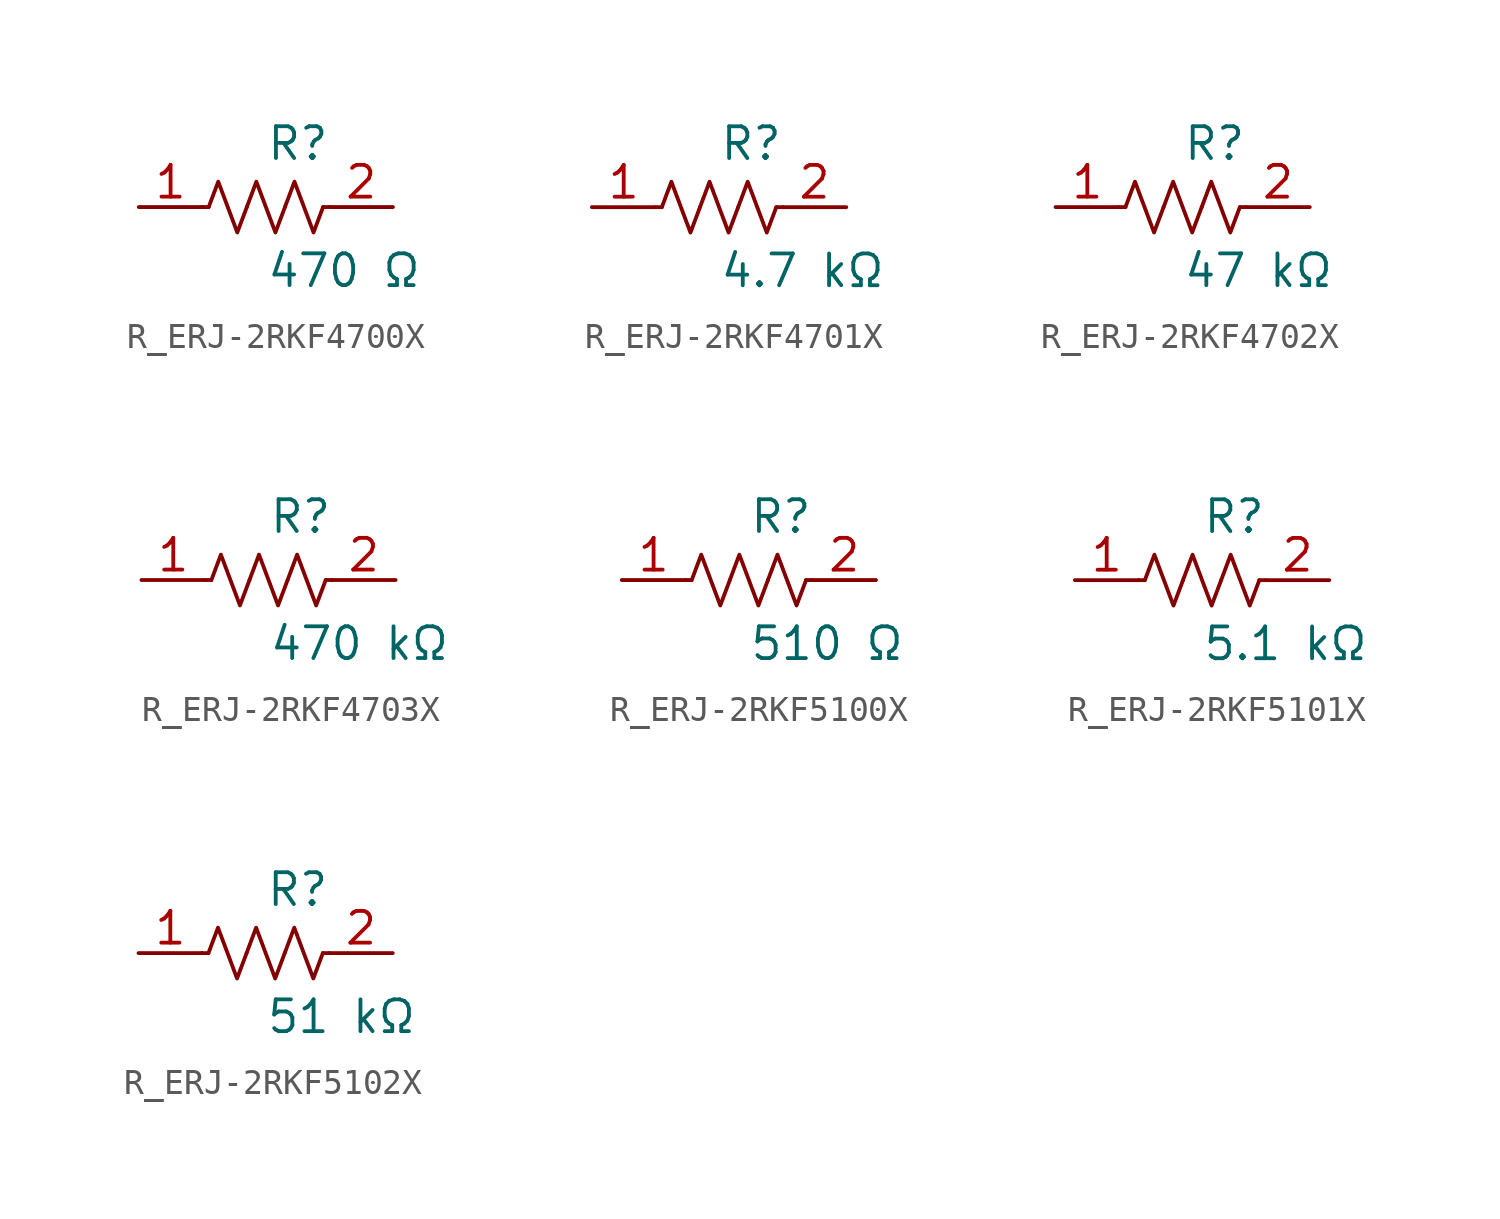
<source format=kicad_sym>
(kicad_symbol_lib
  (version 20231120)
  (generator kicad_symbol_editor)
  (generator_version 8.0)
  (symbol "R_ERJ-2RKF4700X"
    (pin_names
      (offset 0.254))
    (property "Reference" "R"
      (at 0.0 2.54 0)
      (effects (font (size 1.27 1.27)) (justify left)))
    (property "Value" "470 Ω"
      (at 0.0 -2.54 0)
      (effects (font (size 1.27 1.27)) (justify left)))
    (symbol "R_ERJ-2RKF4700X_0_1"
      (polyline (pts (xy 2.286 0) (xy 2.54 0)) (stroke (width 0) (type default)) (fill (type none)))
      (polyline (pts (xy -2.286 0) (xy -2.54 0)) (stroke (width 0) (type default)) (fill (type none)))
      (polyline (pts (xy 0.762 0) (xy 1.143 1.016) (xy 1.524 0) (xy 1.905 -1.016) (xy 2.286 0)) (stroke (width 0) (type default)) (fill (type none)))
      (polyline (pts (xy -0.762 0) (xy -0.381 1.016) (xy 0 0) (xy 0.381 -1.016) (xy 0.762 0)) (stroke (width 0) (type default)) (fill (type none)))
      (polyline (pts (xy -2.286 0) (xy -1.905 1.016) (xy -1.524 0) (xy -1.143 -1.016) (xy -0.762 0)) (stroke (width 0) (type default)) (fill (type none))))
    (pin unspecified line
      (at -5.08 0 0)
      (length 2.54)
      (name "" (effects (font (size 1.27 1.27))))
      (number "1" (effects (font (size 1.27 1.27)))))
    (pin unspecified line
      (at 5.08 0 180)
      (length 2.54)
      (name "" (effects (font (size 1.27 1.27))))
      (number "2" (effects (font (size 1.27 1.27))))))
  (symbol "R_ERJ-2RKF4701X"
    (pin_names
      (offset 0.254))
    (property "Reference" "R"
      (at 0.0 2.54 0)
      (effects (font (size 1.27 1.27)) (justify left)))
    (property "Value" "4.7 kΩ"
      (at 0.0 -2.54 0)
      (effects (font (size 1.27 1.27)) (justify left)))
    (symbol "R_ERJ-2RKF4701X_0_1"
      (polyline (pts (xy 2.286 0) (xy 2.54 0)) (stroke (width 0) (type default)) (fill (type none)))
      (polyline (pts (xy -2.286 0) (xy -2.54 0)) (stroke (width 0) (type default)) (fill (type none)))
      (polyline (pts (xy 0.762 0) (xy 1.143 1.016) (xy 1.524 0) (xy 1.905 -1.016) (xy 2.286 0)) (stroke (width 0) (type default)) (fill (type none)))
      (polyline (pts (xy -0.762 0) (xy -0.381 1.016) (xy 0 0) (xy 0.381 -1.016) (xy 0.762 0)) (stroke (width 0) (type default)) (fill (type none)))
      (polyline (pts (xy -2.286 0) (xy -1.905 1.016) (xy -1.524 0) (xy -1.143 -1.016) (xy -0.762 0)) (stroke (width 0) (type default)) (fill (type none))))
    (pin unspecified line
      (at -5.08 0 0)
      (length 2.54)
      (name "" (effects (font (size 1.27 1.27))))
      (number "1" (effects (font (size 1.27 1.27)))))
    (pin unspecified line
      (at 5.08 0 180)
      (length 2.54)
      (name "" (effects (font (size 1.27 1.27))))
      (number "2" (effects (font (size 1.27 1.27))))))
  (symbol "R_ERJ-2RKF4702X"
    (pin_names
      (offset 0.254))
    (property "Reference" "R"
      (at 0.0 2.54 0)
      (effects (font (size 1.27 1.27)) (justify left)))
    (property "Value" "47 kΩ"
      (at 0.0 -2.54 0)
      (effects (font (size 1.27 1.27)) (justify left)))
    (symbol "R_ERJ-2RKF4702X_0_1"
      (polyline (pts (xy 2.286 0) (xy 2.54 0)) (stroke (width 0) (type default)) (fill (type none)))
      (polyline (pts (xy -2.286 0) (xy -2.54 0)) (stroke (width 0) (type default)) (fill (type none)))
      (polyline (pts (xy 0.762 0) (xy 1.143 1.016) (xy 1.524 0) (xy 1.905 -1.016) (xy 2.286 0)) (stroke (width 0) (type default)) (fill (type none)))
      (polyline (pts (xy -0.762 0) (xy -0.381 1.016) (xy 0 0) (xy 0.381 -1.016) (xy 0.762 0)) (stroke (width 0) (type default)) (fill (type none)))
      (polyline (pts (xy -2.286 0) (xy -1.905 1.016) (xy -1.524 0) (xy -1.143 -1.016) (xy -0.762 0)) (stroke (width 0) (type default)) (fill (type none))))
    (pin unspecified line
      (at -5.08 0 0)
      (length 2.54)
      (name "" (effects (font (size 1.27 1.27))))
      (number "1" (effects (font (size 1.27 1.27)))))
    (pin unspecified line
      (at 5.08 0 180)
      (length 2.54)
      (name "" (effects (font (size 1.27 1.27))))
      (number "2" (effects (font (size 1.27 1.27))))))
  (symbol "R_ERJ-2RKF4703X"
    (pin_names
      (offset 0.254))
    (property "Reference" "R"
      (at 0.0 2.54 0)
      (effects (font (size 1.27 1.27)) (justify left)))
    (property "Value" "470 kΩ"
      (at 0.0 -2.54 0)
      (effects (font (size 1.27 1.27)) (justify left)))
    (symbol "R_ERJ-2RKF4703X_0_1"
      (polyline (pts (xy 2.286 0) (xy 2.54 0)) (stroke (width 0) (type default)) (fill (type none)))
      (polyline (pts (xy -2.286 0) (xy -2.54 0)) (stroke (width 0) (type default)) (fill (type none)))
      (polyline (pts (xy 0.762 0) (xy 1.143 1.016) (xy 1.524 0) (xy 1.905 -1.016) (xy 2.286 0)) (stroke (width 0) (type default)) (fill (type none)))
      (polyline (pts (xy -0.762 0) (xy -0.381 1.016) (xy 0 0) (xy 0.381 -1.016) (xy 0.762 0)) (stroke (width 0) (type default)) (fill (type none)))
      (polyline (pts (xy -2.286 0) (xy -1.905 1.016) (xy -1.524 0) (xy -1.143 -1.016) (xy -0.762 0)) (stroke (width 0) (type default)) (fill (type none))))
    (pin unspecified line
      (at -5.08 0 0)
      (length 2.54)
      (name "" (effects (font (size 1.27 1.27))))
      (number "1" (effects (font (size 1.27 1.27)))))
    (pin unspecified line
      (at 5.08 0 180)
      (length 2.54)
      (name "" (effects (font (size 1.27 1.27))))
      (number "2" (effects (font (size 1.27 1.27))))))
  (symbol "R_ERJ-2RKF5100X"
    (pin_names
      (offset 0.254))
    (property "Reference" "R"
      (at 0.0 2.54 0)
      (effects (font (size 1.27 1.27)) (justify left)))
    (property "Value" "510 Ω"
      (at 0.0 -2.54 0)
      (effects (font (size 1.27 1.27)) (justify left)))
    (symbol "R_ERJ-2RKF5100X_0_1"
      (polyline (pts (xy 2.286 0) (xy 2.54 0)) (stroke (width 0) (type default)) (fill (type none)))
      (polyline (pts (xy -2.286 0) (xy -2.54 0)) (stroke (width 0) (type default)) (fill (type none)))
      (polyline (pts (xy 0.762 0) (xy 1.143 1.016) (xy 1.524 0) (xy 1.905 -1.016) (xy 2.286 0)) (stroke (width 0) (type default)) (fill (type none)))
      (polyline (pts (xy -0.762 0) (xy -0.381 1.016) (xy 0 0) (xy 0.381 -1.016) (xy 0.762 0)) (stroke (width 0) (type default)) (fill (type none)))
      (polyline (pts (xy -2.286 0) (xy -1.905 1.016) (xy -1.524 0) (xy -1.143 -1.016) (xy -0.762 0)) (stroke (width 0) (type default)) (fill (type none))))
    (pin unspecified line
      (at -5.08 0 0)
      (length 2.54)
      (name "" (effects (font (size 1.27 1.27))))
      (number "1" (effects (font (size 1.27 1.27)))))
    (pin unspecified line
      (at 5.08 0 180)
      (length 2.54)
      (name "" (effects (font (size 1.27 1.27))))
      (number "2" (effects (font (size 1.27 1.27))))))
  (symbol "R_ERJ-2RKF5101X"
    (pin_names
      (offset 0.254))
    (property "Reference" "R"
      (at 0.0 2.54 0)
      (effects (font (size 1.27 1.27)) (justify left)))
    (property "Value" "5.1 kΩ"
      (at 0.0 -2.54 0)
      (effects (font (size 1.27 1.27)) (justify left)))
    (symbol "R_ERJ-2RKF5101X_0_1"
      (polyline (pts (xy 2.286 0) (xy 2.54 0)) (stroke (width 0) (type default)) (fill (type none)))
      (polyline (pts (xy -2.286 0) (xy -2.54 0)) (stroke (width 0) (type default)) (fill (type none)))
      (polyline (pts (xy 0.762 0) (xy 1.143 1.016) (xy 1.524 0) (xy 1.905 -1.016) (xy 2.286 0)) (stroke (width 0) (type default)) (fill (type none)))
      (polyline (pts (xy -0.762 0) (xy -0.381 1.016) (xy 0 0) (xy 0.381 -1.016) (xy 0.762 0)) (stroke (width 0) (type default)) (fill (type none)))
      (polyline (pts (xy -2.286 0) (xy -1.905 1.016) (xy -1.524 0) (xy -1.143 -1.016) (xy -0.762 0)) (stroke (width 0) (type default)) (fill (type none))))
    (pin unspecified line
      (at -5.08 0 0)
      (length 2.54)
      (name "" (effects (font (size 1.27 1.27))))
      (number "1" (effects (font (size 1.27 1.27)))))
    (pin unspecified line
      (at 5.08 0 180)
      (length 2.54)
      (name "" (effects (font (size 1.27 1.27))))
      (number "2" (effects (font (size 1.27 1.27))))))
  (symbol "R_ERJ-2RKF5102X"
    (pin_names
      (offset 0.254))
    (property "Reference" "R"
      (at 0.0 2.54 0)
      (effects (font (size 1.27 1.27)) (justify left)))
    (property "Value" "51 kΩ"
      (at 0.0 -2.54 0)
      (effects (font (size 1.27 1.27)) (justify left)))
    (symbol "R_ERJ-2RKF5102X_0_1"
      (polyline (pts (xy 2.286 0) (xy 2.54 0)) (stroke (width 0) (type default)) (fill (type none)))
      (polyline (pts (xy -2.286 0) (xy -2.54 0)) (stroke (width 0) (type default)) (fill (type none)))
      (polyline (pts (xy 0.762 0) (xy 1.143 1.016) (xy 1.524 0) (xy 1.905 -1.016) (xy 2.286 0)) (stroke (width 0) (type default)) (fill (type none)))
      (polyline (pts (xy -0.762 0) (xy -0.381 1.016) (xy 0 0) (xy 0.381 -1.016) (xy 0.762 0)) (stroke (width 0) (type default)) (fill (type none)))
      (polyline (pts (xy -2.286 0) (xy -1.905 1.016) (xy -1.524 0) (xy -1.143 -1.016) (xy -0.762 0)) (stroke (width 0) (type default)) (fill (type none))))
    (pin unspecified line
      (at -5.08 0 0)
      (length 2.54)
      (name "" (effects (font (size 1.27 1.27))))
      (number "1" (effects (font (size 1.27 1.27)))))
    (pin unspecified line
      (at 5.08 0 180)
      (length 2.54)
      (name "" (effects (font (size 1.27 1.27))))
      (number "2" (effects (font (size 1.27 1.27)))))))
</source>
